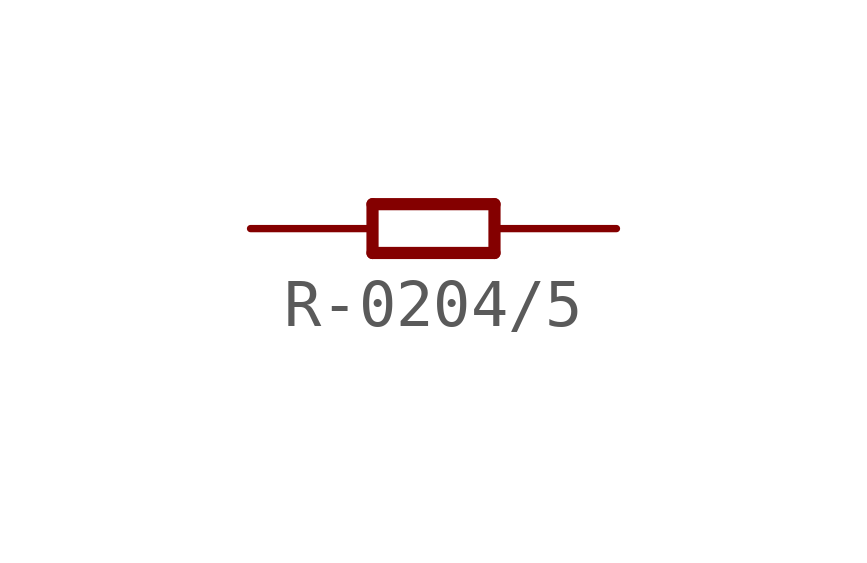
<source format=kicad_sym>
(kicad_symbol_lib
  (version 20220914)
  (generator kicad_symbol_editor)
  (symbol "R-0204/5"
    (property "Reference" "R"
      (at -3.81 0 0)
      (effects (font (size 1.27 1.079)) (justify left bottom) hide))
    (property "ki_locked" ""
      (at 0 0 0)
      (effects (font (size 1.27 1.27))))
    (symbol "R-0204/5_1_0"
      (polyline (pts (xy -1.27 -0.508) (xy -1.27 0.508)) (stroke (width 0.254) (type solid)) (fill (type none)))
      (polyline (pts (xy -1.27 0.508) (xy 1.27 0.508)) (stroke (width 0.254) (type solid)) (fill (type none)))
      (polyline (pts (xy 1.27 -0.508) (xy -1.27 -0.508)) (stroke (width 0.254) (type solid)) (fill (type none)))
      (polyline (pts (xy 1.27 0.508) (xy 1.27 -0.508)) (stroke (width 0.254) (type solid)) (fill (type none)))
      (pin passive line (at -3.81 0 0) (length 2.54) (name "1" (effects (font (size 0 0)))) (number "1" (effects (font (size 0 0)))))
      (pin passive line (at 3.81 0 180) (length 2.54) (name "2" (effects (font (size 0 0)))) (number "2" (effects (font (size 0 0))))))))
</source>
